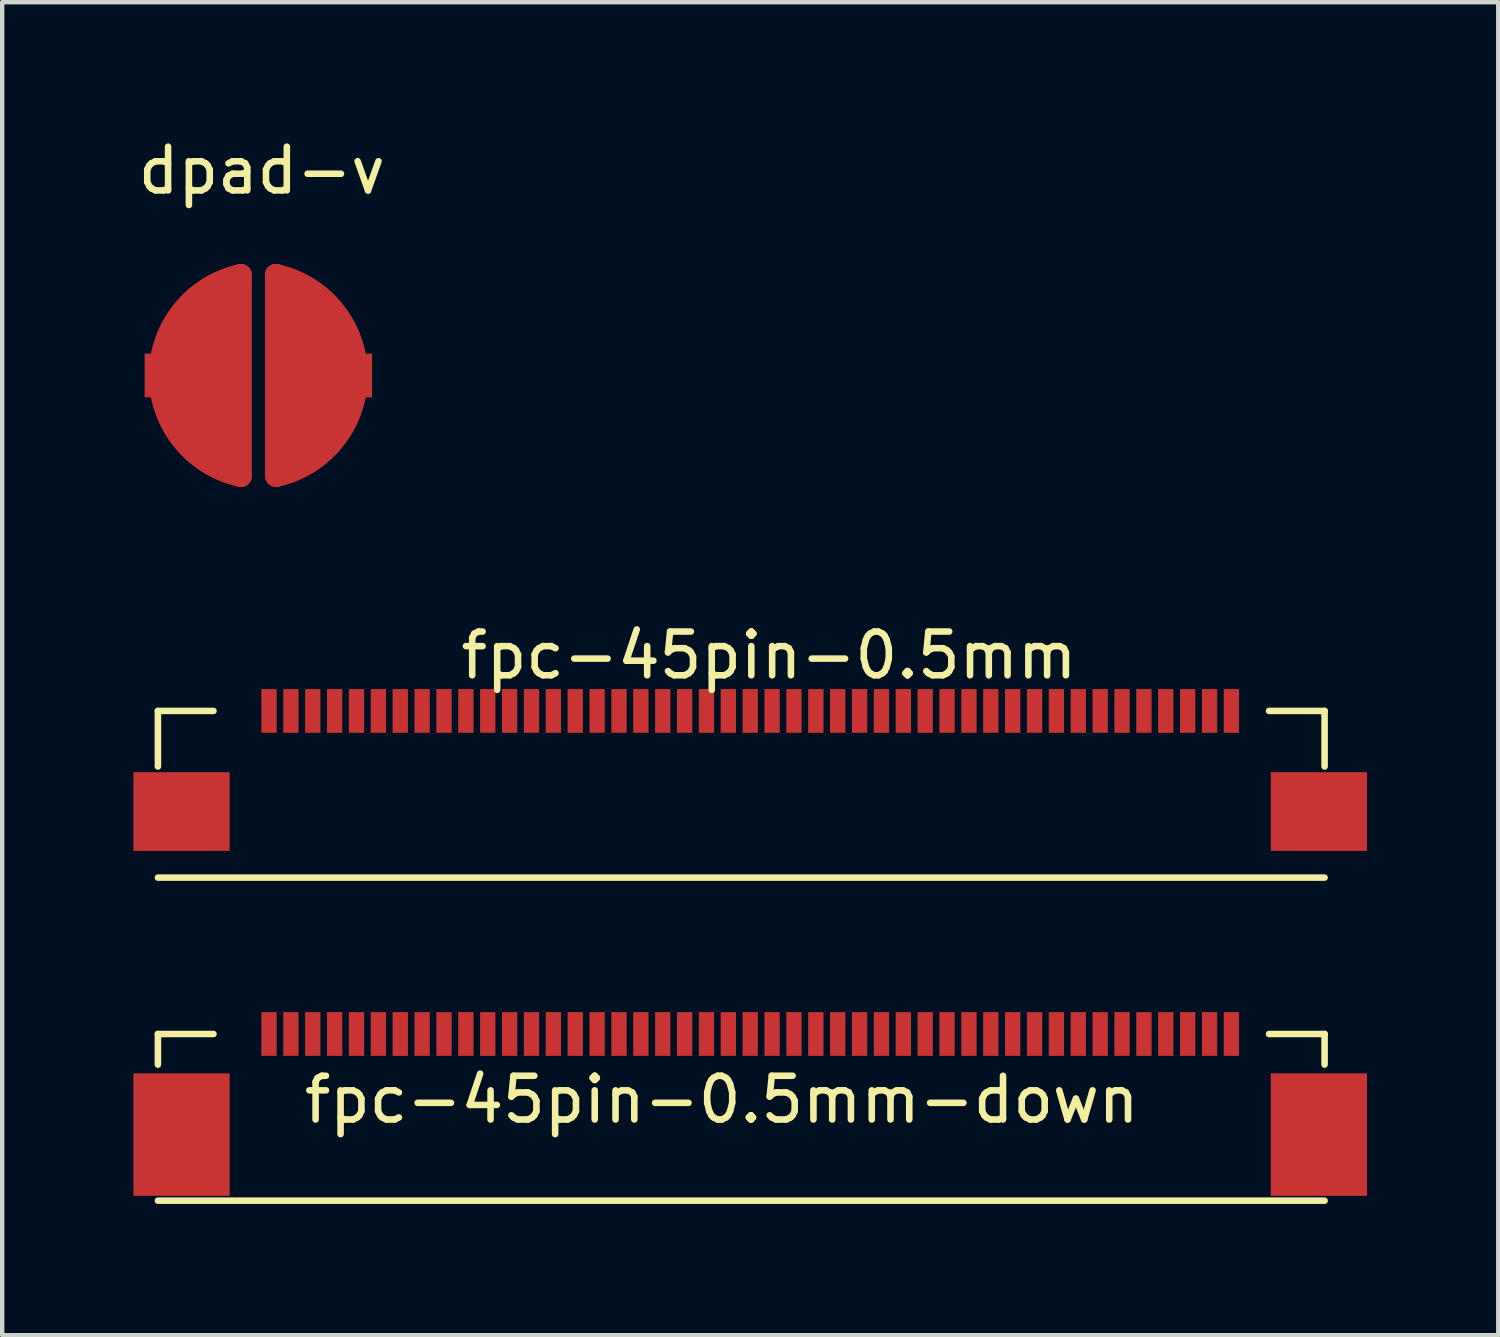
<source format=kicad_pcb>
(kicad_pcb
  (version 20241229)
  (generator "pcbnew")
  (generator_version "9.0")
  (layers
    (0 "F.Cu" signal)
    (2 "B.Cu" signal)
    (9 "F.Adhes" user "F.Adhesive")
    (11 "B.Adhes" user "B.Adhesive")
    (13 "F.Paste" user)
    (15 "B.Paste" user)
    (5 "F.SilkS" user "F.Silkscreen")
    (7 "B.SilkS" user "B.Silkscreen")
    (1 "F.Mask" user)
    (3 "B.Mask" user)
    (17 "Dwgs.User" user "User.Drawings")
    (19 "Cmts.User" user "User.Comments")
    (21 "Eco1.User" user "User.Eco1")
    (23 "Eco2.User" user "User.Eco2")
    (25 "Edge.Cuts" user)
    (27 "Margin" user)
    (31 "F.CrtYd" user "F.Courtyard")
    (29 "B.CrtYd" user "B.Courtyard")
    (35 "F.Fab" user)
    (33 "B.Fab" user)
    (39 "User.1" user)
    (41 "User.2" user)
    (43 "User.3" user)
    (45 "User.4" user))
  (footprint "fpc-45pin-0.5mm-down"
    (layer "F.Cu")
    (at 3.1 20.587)
    (property "Reference" "fpc-45pin-0.5mm-down" (at 10.35 1.5 0) (layer "F.SilkS") (effects (font (size 1 1) (thickness 0.15))))
    (attr through_hole)
    (fp_line (start -2.54 0) (end -2.54 0.7) (stroke (width 0.15) (type solid)) (layer "F.SilkS"))
    (fp_line (start -2.54 3.81) (end 24.13 3.81) (stroke (width 0.15) (type solid)) (layer "F.SilkS"))
    (fp_line (start -1.27 0) (end -2.54 0) (stroke (width 0.15) (type solid)) (layer "F.SilkS"))
    (fp_line (start 24.13 0) (end 22.86 0) (stroke (width 0.15) (type solid)) (layer "F.SilkS"))
    (fp_line (start 24.13 0.7) (end 24.13 0) (stroke (width 0.15) (type solid)) (layer "F.SilkS"))
    (pad "1" smd trapezoid (at 22 0) (size 0.35 1) (layers "F.Cu" "F.Mask" "F.Paste"))
    (pad "2" smd trapezoid (at 21.5 0) (size 0.35 1) (layers "F.Cu" "F.Mask" "F.Paste"))
    (pad "3" smd trapezoid (at 21 0) (size 0.35 1) (layers "F.Cu" "F.Mask" "F.Paste"))
    (pad "4" smd trapezoid (at 20.5 0) (size 0.35 1) (layers "F.Cu" "F.Mask" "F.Paste"))
    (pad "5" smd trapezoid (at 20 0) (size 0.35 1) (layers "F.Cu" "F.Mask" "F.Paste"))
    (pad "6" smd trapezoid (at 19.5 0) (size 0.35 1) (layers "F.Cu" "F.Mask" "F.Paste"))
    (pad "7" smd trapezoid (at 19 0) (size 0.35 1) (layers "F.Cu" "F.Mask" "F.Paste"))
    (pad "8" smd trapezoid (at 18.5 0) (size 0.35 1) (layers "F.Cu" "F.Mask" "F.Paste"))
    (pad "9" smd trapezoid (at 18 0) (size 0.35 1) (layers "F.Cu" "F.Mask" "F.Paste"))
    (pad "10" smd trapezoid (at 17.5 0) (size 0.35 1) (layers "F.Cu" "F.Mask" "F.Paste"))
    (pad "11" smd trapezoid (at 17 0) (size 0.35 1) (layers "F.Cu" "F.Mask" "F.Paste"))
    (pad "12" smd trapezoid (at 16.5 0) (size 0.35 1) (layers "F.Cu" "F.Mask" "F.Paste"))
    (pad "13" smd trapezoid (at 16 0) (size 0.35 1) (layers "F.Cu" "F.Mask" "F.Paste"))
    (pad "14" smd trapezoid (at 15.5 0) (size 0.35 1) (layers "F.Cu" "F.Mask" "F.Paste"))
    (pad "15" smd trapezoid (at 15 0) (size 0.35 1) (layers "F.Cu" "F.Mask" "F.Paste"))
    (pad "16" smd trapezoid (at 14.5 0) (size 0.35 1) (layers "F.Cu" "F.Mask" "F.Paste"))
    (pad "17" smd trapezoid (at 14 0) (size 0.35 1) (layers "F.Cu" "F.Mask" "F.Paste"))
    (pad "18" smd trapezoid (at 13.5 0) (size 0.35 1) (layers "F.Cu" "F.Mask" "F.Paste"))
    (pad "19" smd trapezoid (at 13 0) (size 0.35 1) (layers "F.Cu" "F.Mask" "F.Paste"))
    (pad "20" smd trapezoid (at 12.5 0) (size 0.35 1) (layers "F.Cu" "F.Mask" "F.Paste"))
    (pad "21" smd trapezoid (at 12 0) (size 0.35 1) (layers "F.Cu" "F.Mask" "F.Paste"))
    (pad "22" smd trapezoid (at 11.5 0) (size 0.35 1) (layers "F.Cu" "F.Mask" "F.Paste"))
    (pad "23" smd trapezoid (at 11 0) (size 0.35 1) (layers "F.Cu" "F.Mask" "F.Paste"))
    (pad "24" smd trapezoid (at 10.5 0) (size 0.35 1) (layers "F.Cu" "F.Mask" "F.Paste"))
    (pad "25" smd trapezoid (at 10 0) (size 0.35 1) (layers "F.Cu" "F.Mask" "F.Paste"))
    (pad "26" smd trapezoid (at 9.5 0) (size 0.35 1) (layers "F.Cu" "F.Mask" "F.Paste"))
    (pad "27" smd trapezoid (at 9 0) (size 0.35 1) (layers "F.Cu" "F.Mask" "F.Paste"))
    (pad "28" smd trapezoid (at 8.5 0) (size 0.35 1) (layers "F.Cu" "F.Mask" "F.Paste"))
    (pad "29" smd trapezoid (at 8 0) (size 0.35 1) (layers "F.Cu" "F.Mask" "F.Paste"))
    (pad "30" smd trapezoid (at 7.5 0) (size 0.35 1) (layers "F.Cu" "F.Mask" "F.Paste"))
    (pad "31" smd trapezoid (at 7 0) (size 0.35 1) (layers "F.Cu" "F.Mask" "F.Paste"))
    (pad "32" smd trapezoid (at 6.5 0) (size 0.35 1) (layers "F.Cu" "F.Mask" "F.Paste"))
    (pad "33" smd trapezoid (at 6 0) (size 0.35 1) (layers "F.Cu" "F.Mask" "F.Paste"))
    (pad "34" smd trapezoid (at 5.5 0) (size 0.35 1) (layers "F.Cu" "F.Mask" "F.Paste"))
    (pad "35" smd trapezoid (at 5 0) (size 0.35 1) (layers "F.Cu" "F.Mask" "F.Paste"))
    (pad "36" smd trapezoid (at 4.5 0) (size 0.35 1) (layers "F.Cu" "F.Mask" "F.Paste"))
    (pad "37" smd trapezoid (at 4 0) (size 0.35 1) (layers "F.Cu" "F.Mask" "F.Paste"))
    (pad "38" smd trapezoid (at 3.5 0) (size 0.35 1) (layers "F.Cu" "F.Mask" "F.Paste"))
    (pad "39" smd trapezoid (at 3 0) (size 0.35 1) (layers "F.Cu" "F.Mask" "F.Paste"))
    (pad "40" smd trapezoid (at 2.5 0) (size 0.35 1) (layers "F.Cu" "F.Mask" "F.Paste"))
    (pad "41" smd trapezoid (at 2 0) (size 0.35 1) (layers "F.Cu" "F.Mask" "F.Paste"))
    (pad "42" smd trapezoid (at 1.5 0) (size 0.35 1) (layers "F.Cu" "F.Mask" "F.Paste"))
    (pad "43" smd trapezoid (at 1 0) (size 0.35 1) (layers "F.Cu" "F.Mask" "F.Paste"))
    (pad "44" smd trapezoid (at 0.5 0) (size 0.35 1) (layers "F.Cu" "F.Mask" "F.Paste"))
    (pad "45" smd trapezoid (at 0 0) (size 0.35 1) (layers "F.Cu" "F.Mask" "F.Paste"))
    (pad "46" smd trapezoid (at -2 2.3) (size 2.2 2.8) (layers "F.Cu" "F.Mask" "F.Paste"))
    (pad "46" smd trapezoid (at 24 2.3) (size 2.2 2.8) (layers "F.Cu" "F.Mask" "F.Paste")))
  (footprint "fpc-45pin-0.5mm"
    (layer "F.Cu")
    (at 3.1 13.202)
    (property "Reference" "fpc-45pin-0.5mm" (at 11.43 -1.27 0) (layer "F.SilkS") (effects (font (size 1 1) (thickness 0.15))))
    (attr through_hole)
    (fp_line (start -2.54 0) (end -2.54 1.27) (stroke (width 0.15) (type solid)) (layer "F.SilkS"))
    (fp_line (start -2.54 3.81) (end 24.13 3.81) (stroke (width 0.15) (type solid)) (layer "F.SilkS"))
    (fp_line (start -1.27 0) (end -2.54 0) (stroke (width 0.15) (type solid)) (layer "F.SilkS"))
    (fp_line (start 24.13 0) (end 22.86 0) (stroke (width 0.15) (type solid)) (layer "F.SilkS"))
    (fp_line (start 24.13 1.27) (end 24.13 0) (stroke (width 0.15) (type solid)) (layer "F.SilkS"))
    (pad "1" smd trapezoid (at 0 0) (size 0.35 1) (layers "F.Cu" "F.Mask" "F.Paste"))
    (pad "2" smd trapezoid (at 0.5 0) (size 0.35 1) (layers "F.Cu" "F.Mask" "F.Paste"))
    (pad "3" smd trapezoid (at 1 0) (size 0.35 1) (layers "F.Cu" "F.Mask" "F.Paste"))
    (pad "4" smd trapezoid (at 1.5 0) (size 0.35 1) (layers "F.Cu" "F.Mask" "F.Paste"))
    (pad "5" smd trapezoid (at 2 0) (size 0.35 1) (layers "F.Cu" "F.Mask" "F.Paste"))
    (pad "6" smd trapezoid (at 2.5 0) (size 0.35 1) (layers "F.Cu" "F.Mask" "F.Paste"))
    (pad "7" smd trapezoid (at 3 0) (size 0.35 1) (layers "F.Cu" "F.Mask" "F.Paste"))
    (pad "8" smd trapezoid (at 3.5 0) (size 0.35 1) (layers "F.Cu" "F.Mask" "F.Paste"))
    (pad "9" smd trapezoid (at 4 0) (size 0.35 1) (layers "F.Cu" "F.Mask" "F.Paste"))
    (pad "10" smd trapezoid (at 4.5 0) (size 0.35 1) (layers "F.Cu" "F.Mask" "F.Paste"))
    (pad "11" smd trapezoid (at 5 0) (size 0.35 1) (layers "F.Cu" "F.Mask" "F.Paste"))
    (pad "12" smd trapezoid (at 5.5 0) (size 0.35 1) (layers "F.Cu" "F.Mask" "F.Paste"))
    (pad "13" smd trapezoid (at 6 0) (size 0.35 1) (layers "F.Cu" "F.Mask" "F.Paste"))
    (pad "14" smd trapezoid (at 6.5 0) (size 0.35 1) (layers "F.Cu" "F.Mask" "F.Paste"))
    (pad "15" smd trapezoid (at 7 0) (size 0.35 1) (layers "F.Cu" "F.Mask" "F.Paste"))
    (pad "16" smd trapezoid (at 7.5 0) (size 0.35 1) (layers "F.Cu" "F.Mask" "F.Paste"))
    (pad "17" smd trapezoid (at 8 0) (size 0.35 1) (layers "F.Cu" "F.Mask" "F.Paste"))
    (pad "18" smd trapezoid (at 8.5 0) (size 0.35 1) (layers "F.Cu" "F.Mask" "F.Paste"))
    (pad "19" smd trapezoid (at 9 0) (size 0.35 1) (layers "F.Cu" "F.Mask" "F.Paste"))
    (pad "20" smd trapezoid (at 9.5 0) (size 0.35 1) (layers "F.Cu" "F.Mask" "F.Paste"))
    (pad "21" smd trapezoid (at 10 0) (size 0.35 1) (layers "F.Cu" "F.Mask" "F.Paste"))
    (pad "22" smd trapezoid (at 10.5 0) (size 0.35 1) (layers "F.Cu" "F.Mask" "F.Paste"))
    (pad "23" smd trapezoid (at 11 0) (size 0.35 1) (layers "F.Cu" "F.Mask" "F.Paste"))
    (pad "24" smd trapezoid (at 11.5 0) (size 0.35 1) (layers "F.Cu" "F.Mask" "F.Paste"))
    (pad "25" smd trapezoid (at 12 0) (size 0.35 1) (layers "F.Cu" "F.Mask" "F.Paste"))
    (pad "26" smd trapezoid (at 12.5 0) (size 0.35 1) (layers "F.Cu" "F.Mask" "F.Paste"))
    (pad "27" smd trapezoid (at 13 0) (size 0.35 1) (layers "F.Cu" "F.Mask" "F.Paste"))
    (pad "28" smd trapezoid (at 13.5 0) (size 0.35 1) (layers "F.Cu" "F.Mask" "F.Paste"))
    (pad "29" smd trapezoid (at 14 0) (size 0.35 1) (layers "F.Cu" "F.Mask" "F.Paste"))
    (pad "30" smd trapezoid (at 14.5 0) (size 0.35 1) (layers "F.Cu" "F.Mask" "F.Paste"))
    (pad "31" smd trapezoid (at 15 0) (size 0.35 1) (layers "F.Cu" "F.Mask" "F.Paste"))
    (pad "32" smd trapezoid (at 15.5 0) (size 0.35 1) (layers "F.Cu" "F.Mask" "F.Paste"))
    (pad "33" smd trapezoid (at 16 0) (size 0.35 1) (layers "F.Cu" "F.Mask" "F.Paste"))
    (pad "34" smd trapezoid (at 16.5 0) (size 0.35 1) (layers "F.Cu" "F.Mask" "F.Paste"))
    (pad "35" smd trapezoid (at 17 0) (size 0.35 1) (layers "F.Cu" "F.Mask" "F.Paste"))
    (pad "36" smd trapezoid (at 17.5 0) (size 0.35 1) (layers "F.Cu" "F.Mask" "F.Paste"))
    (pad "37" smd trapezoid (at 18 0) (size 0.35 1) (layers "F.Cu" "F.Mask" "F.Paste"))
    (pad "38" smd trapezoid (at 18.5 0) (size 0.35 1) (layers "F.Cu" "F.Mask" "F.Paste"))
    (pad "39" smd trapezoid (at 19 0) (size 0.35 1) (layers "F.Cu" "F.Mask" "F.Paste"))
    (pad "40" smd trapezoid (at 19.5 0) (size 0.35 1) (layers "F.Cu" "F.Mask" "F.Paste"))
    (pad "41" smd trapezoid (at 20 0) (size 0.35 1) (layers "F.Cu" "F.Mask" "F.Paste"))
    (pad "42" smd trapezoid (at 20.5 0) (size 0.35 1) (layers "F.Cu" "F.Mask" "F.Paste"))
    (pad "43" smd trapezoid (at 21 0) (size 0.35 1) (layers "F.Cu" "F.Mask" "F.Paste"))
    (pad "44" smd trapezoid (at 21.5 0) (size 0.35 1) (layers "F.Cu" "F.Mask" "F.Paste"))
    (pad "45" smd trapezoid (at 22 0) (size 0.35 1) (layers "F.Cu" "F.Mask" "F.Paste"))
    (pad "46" smd trapezoid (at -2 2.3) (size 2.2 1.8) (layers "F.Cu" "F.Mask" "F.Paste"))
    (pad "46" smd trapezoid (at 24 2.3) (size 2.2 1.8) (layers "F.Cu" "F.Mask" "F.Paste")))
  (footprint "dpad-v"
    (layer "F.Cu")
    (at 2.856 5.534)
    (property "Reference" "dpad-v" (at 0.079 -4.686 0) (layer "F.SilkS") (effects (font (size 1 1) (thickness 0.15))))
    (attr through_hole)
    (fp_line (start -2 -0.9) (end -2 0.75) (stroke (width 0.5) (type solid)) (layer "F.Cu"))
    (fp_line (start -1.8 1.15) (end -2 -0.9) (stroke (width 0.5) (type solid)) (layer "F.Cu"))
    (fp_line (start -1.6 -1.35) (end -1.8 1.15) (stroke (width 0.5) (type solid)) (layer "F.Cu"))
    (fp_line (start -1.5 1.6) (end -1.6 -1.35) (stroke (width 0.5) (type solid)) (layer "F.Cu"))
    (fp_line (start -1.25 -1.7) (end -1.5 1.6) (stroke (width 0.5) (type solid)) (layer "F.Cu"))
    (fp_line (start -1.1 1.85) (end -1.25 -1.7) (stroke (width 0.5) (type solid)) (layer "F.Cu"))
    (fp_line (start -0.85 -2.05) (end -1.1 1.85) (stroke (width 0.5) (type solid)) (layer "F.Cu"))
    (fp_line (start -0.7 2.1) (end -0.85 -2.05) (stroke (width 0.5) (type solid)) (layer "F.Cu"))
    (fp_line (start -0.4 -2.3) (end -0.7 2.1) (stroke (width 0.5) (type solid)) (layer "F.Cu"))
    (fp_line (start -0.4 2.3) (end -0.4 -2.3) (stroke (width 0.5) (type solid)) (layer "F.Cu"))
    (fp_line (start 0.4 -2.3) (end 0.75 2.15) (stroke (width 0.5) (type solid)) (layer "F.Cu"))
    (fp_line (start 0.4 2.3) (end 0.4 -2.3) (stroke (width 0.5) (type solid)) (layer "F.Cu"))
    (fp_line (start 0.7 -2.15) (end 1.15 1.95) (stroke (width 0.5) (type solid)) (layer "F.Cu"))
    (fp_line (start 0.75 2.15) (end 0.7 -2.15) (stroke (width 0.5) (type solid)) (layer "F.Cu"))
    (fp_line (start 1.05 -1.9) (end 1.5 1.65) (stroke (width 0.5) (type solid)) (layer "F.Cu"))
    (fp_line (start 1.15 1.95) (end 1.05 -1.9) (stroke (width 0.5) (type solid)) (layer "F.Cu"))
    (fp_line (start 1.4 -1.65) (end 1.8 1.2) (stroke (width 0.5) (type solid)) (layer "F.Cu"))
    (fp_line (start 1.5 1.65) (end 1.4 -1.65) (stroke (width 0.5) (type solid)) (layer "F.Cu"))
    (fp_line (start 1.75 -1.25) (end 2.1 0.5) (stroke (width 0.5) (type solid)) (layer "F.Cu"))
    (fp_line (start 1.8 1.2) (end 1.75 -1.25) (stroke (width 0.5) (type solid)) (layer "F.Cu"))
    (fp_arc (start -0.4 2.3) (mid -2.253701 0.009663) (end -0.418868 -2.295817) (stroke (width 0.5) (type solid)) (layer "F.Cu"))
    (fp_arc (start 0.4 -2.3) (mid 2.253701 -0.009663) (end 0.418868 2.295817) (stroke (width 0.5) (type solid)) (layer "F.Cu"))
    (pad "1" smd rect (at -2.35 0) (size 0.5 1) (layers "F.Cu" "F.Mask" "F.Paste"))
    (pad "2" smd rect (at 2.35 0) (size 0.5 1) (layers "F.Cu" "F.Mask" "F.Paste")))
  (gr_rect
    (start -3 -3)
    (end 31.2 27.472)
    (stroke (width 0.1) (type default))
    (fill no)
    (layer "Edge.Cuts")))
</source>
